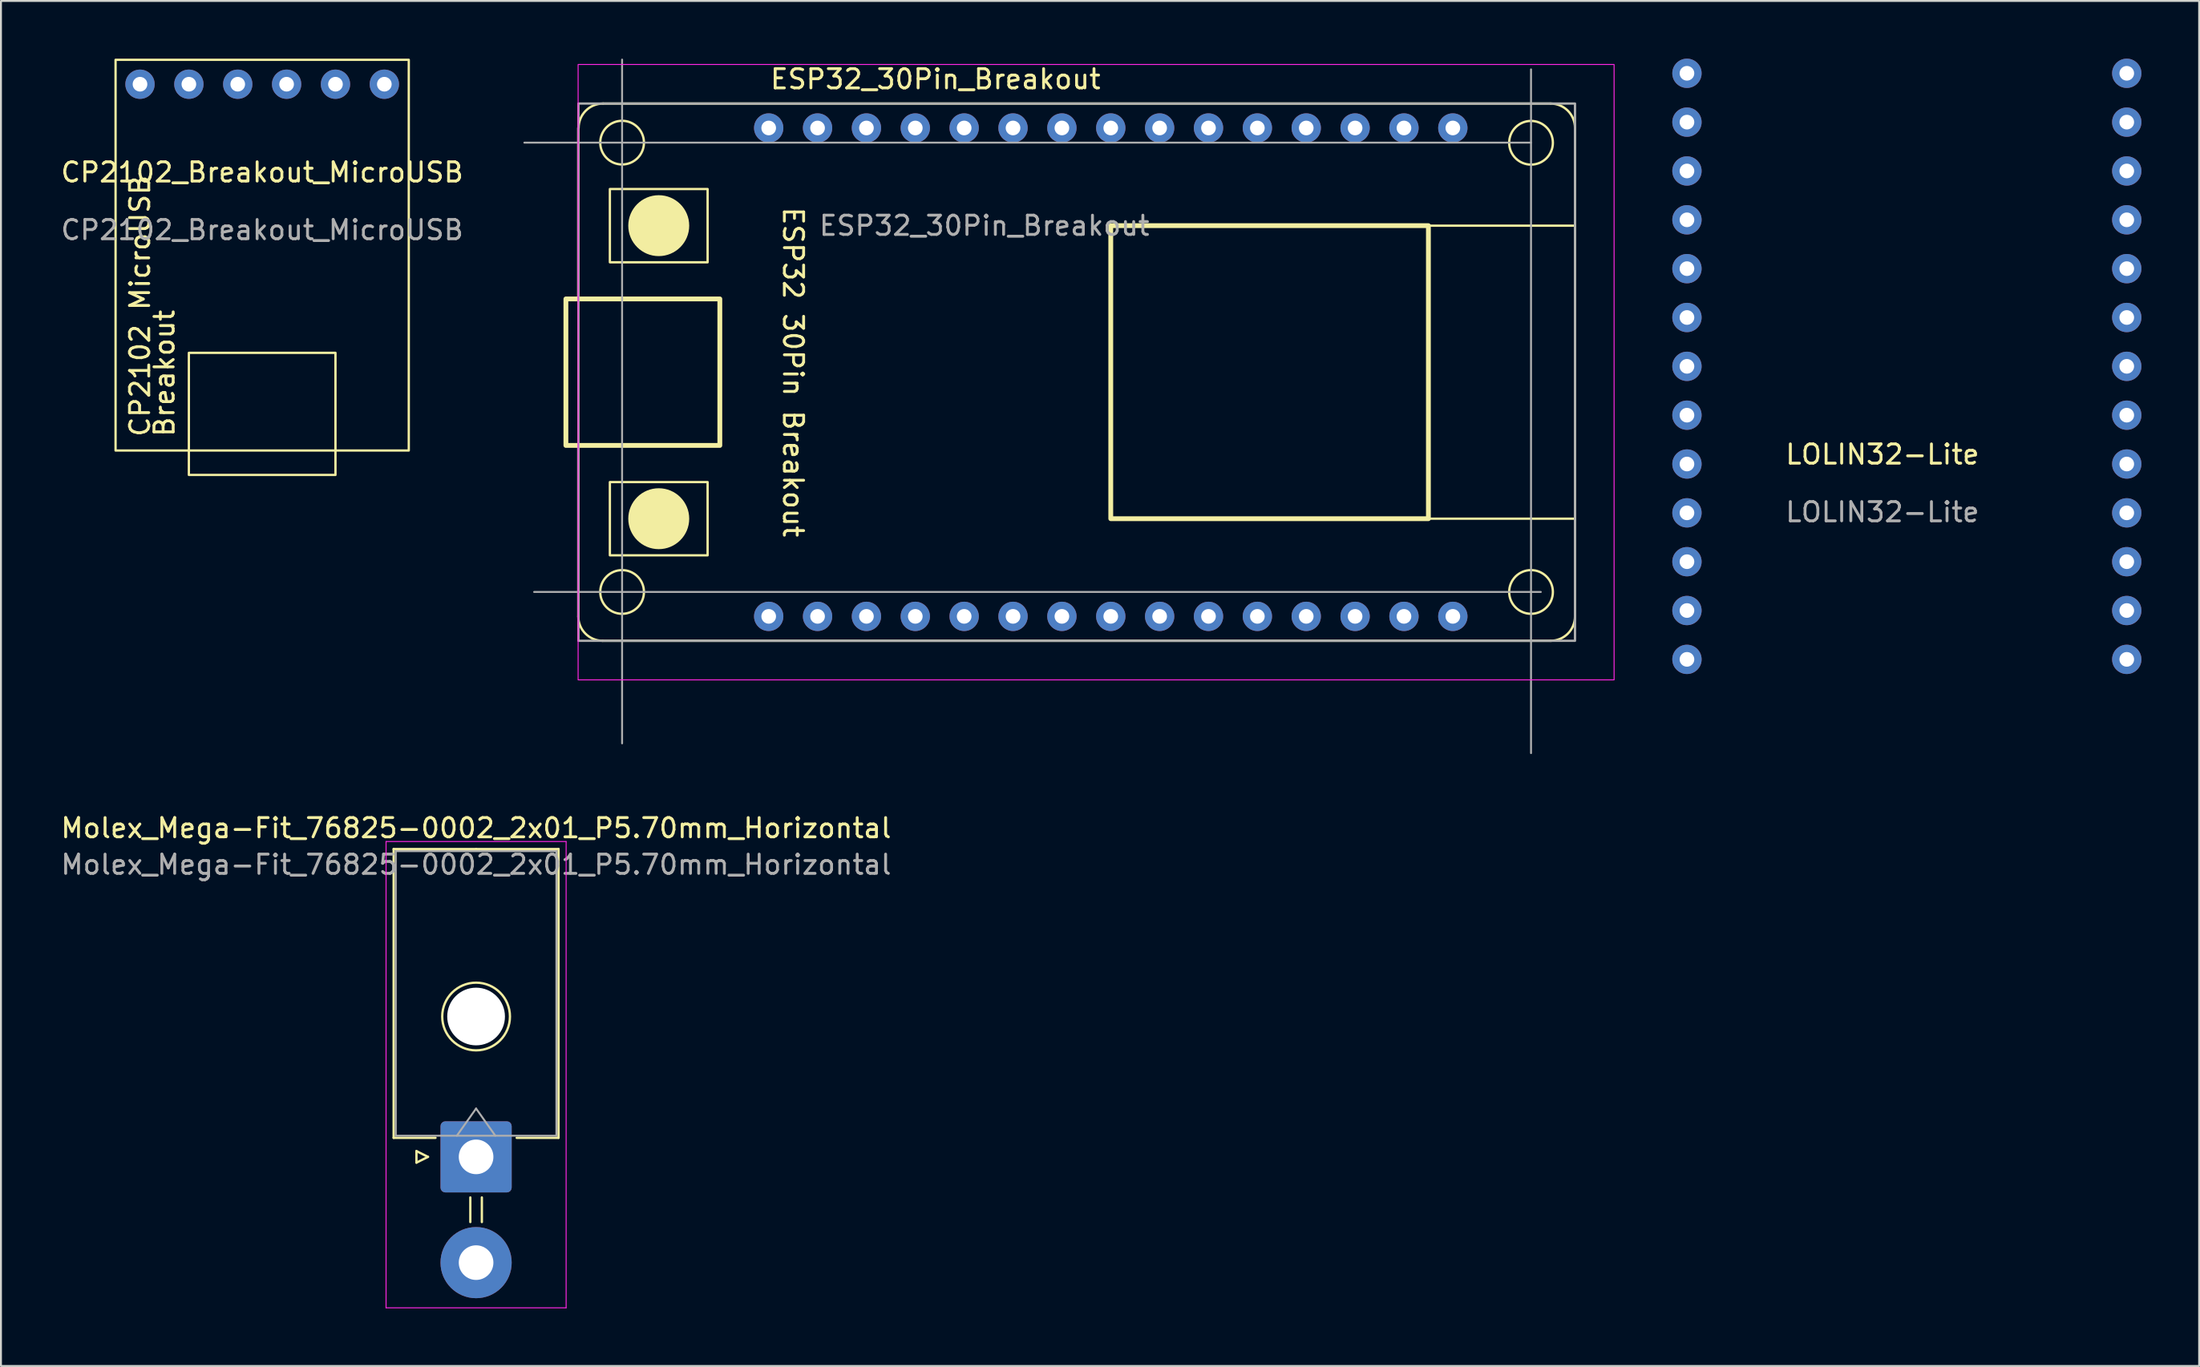
<source format=kicad_pcb>
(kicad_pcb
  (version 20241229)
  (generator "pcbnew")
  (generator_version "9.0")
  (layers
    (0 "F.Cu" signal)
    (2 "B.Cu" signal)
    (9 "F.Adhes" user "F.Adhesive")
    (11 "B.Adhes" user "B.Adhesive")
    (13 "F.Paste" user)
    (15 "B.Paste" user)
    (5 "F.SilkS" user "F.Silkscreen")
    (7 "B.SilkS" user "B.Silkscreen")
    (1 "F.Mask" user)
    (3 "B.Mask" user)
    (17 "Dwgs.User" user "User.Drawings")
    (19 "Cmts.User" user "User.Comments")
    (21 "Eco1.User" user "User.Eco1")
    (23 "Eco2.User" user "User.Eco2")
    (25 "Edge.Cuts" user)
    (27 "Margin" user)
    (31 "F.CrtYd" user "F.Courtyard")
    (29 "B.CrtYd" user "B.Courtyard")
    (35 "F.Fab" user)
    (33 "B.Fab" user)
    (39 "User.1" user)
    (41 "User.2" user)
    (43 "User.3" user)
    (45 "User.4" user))
  (footprint "LOLIN32-Lite"
    (layer "F.Cu")
    (at 94.794 21.082)
    (property "Reference" "LOLIN32-Lite" (at 0 -0.5 0) (unlocked yes) (layer "F.SilkS") (effects (font (size 1 1) (thickness 0.15))))
    (attr through_hole)
    (fp_text user "${REFERENCE}" (at 0 2.5 0) (unlocked yes) (layer "F.Fab") (effects (font (size 1 1) (thickness 0.15))))
    (pad "1" thru_hole circle (at -10.16 -20.32) (size 1.524 1.524) (drill 0.762) (layers "*.Cu" "*.Mask"))
    (pad "2" thru_hole circle (at -10.16 -17.78) (size 1.524 1.524) (drill 0.762) (layers "*.Cu" "*.Mask"))
    (pad "3" thru_hole circle (at -10.16 -15.24) (size 1.524 1.524) (drill 0.762) (layers "*.Cu" "*.Mask"))
    (pad "4" thru_hole circle (at -10.16 -12.7) (size 1.524 1.524) (drill 0.762) (layers "*.Cu" "*.Mask"))
    (pad "5" thru_hole circle (at -10.16 -10.16) (size 1.524 1.524) (drill 0.762) (layers "*.Cu" "*.Mask"))
    (pad "6" thru_hole circle (at -10.16 -7.62) (size 1.524 1.524) (drill 0.762) (layers "*.Cu" "*.Mask"))
    (pad "7" thru_hole circle (at -10.16 -5.08) (size 1.524 1.524) (drill 0.762) (layers "*.Cu" "*.Mask"))
    (pad "8" thru_hole circle (at -10.16 -2.54) (size 1.524 1.524) (drill 0.762) (layers "*.Cu" "*.Mask"))
    (pad "9" thru_hole circle (at -10.16 0) (size 1.524 1.524) (drill 0.762) (layers "*.Cu" "*.Mask"))
    (pad "10" thru_hole circle (at -10.16 2.54) (size 1.524 1.524) (drill 0.762) (layers "*.Cu" "*.Mask"))
    (pad "11" thru_hole circle (at -10.16 5.08) (size 1.524 1.524) (drill 0.762) (layers "*.Cu" "*.Mask"))
    (pad "12" thru_hole circle (at -10.16 7.62) (size 1.524 1.524) (drill 0.762) (layers "*.Cu" "*.Mask"))
    (pad "13" thru_hole circle (at -10.16 10.16) (size 1.524 1.524) (drill 0.762) (layers "*.Cu" "*.Mask"))
    (pad "14" thru_hole circle (at 12.7 10.16) (size 1.524 1.524) (drill 0.762) (layers "*.Cu" "*.Mask"))
    (pad "15" thru_hole circle (at 12.7 7.62) (size 1.524 1.524) (drill 0.762) (layers "*.Cu" "*.Mask"))
    (pad "16" thru_hole circle (at 12.7 5.08) (size 1.524 1.524) (drill 0.762) (layers "*.Cu" "*.Mask"))
    (pad "17" thru_hole circle (at 12.7 2.54) (size 1.524 1.524) (drill 0.762) (layers "*.Cu" "*.Mask"))
    (pad "18" thru_hole circle (at 12.7 0) (size 1.524 1.524) (drill 0.762) (layers "*.Cu" "*.Mask"))
    (pad "19" thru_hole circle (at 12.7 -2.54) (size 1.524 1.524) (drill 0.762) (layers "*.Cu" "*.Mask"))
    (pad "20" thru_hole circle (at 12.7 -5.08) (size 1.524 1.524) (drill 0.762) (layers "*.Cu" "*.Mask"))
    (pad "21" thru_hole circle (at 12.7 -7.62) (size 1.524 1.524) (drill 0.762) (layers "*.Cu" "*.Mask"))
    (pad "22" thru_hole circle (at 12.7 -10.16) (size 1.524 1.524) (drill 0.762) (layers "*.Cu" "*.Mask"))
    (pad "23" thru_hole circle (at 12.7 -12.7) (size 1.524 1.524) (drill 0.762) (layers "*.Cu" "*.Mask"))
    (pad "24" thru_hole circle (at 12.7 -15.24) (size 1.524 1.524) (drill 0.762) (layers "*.Cu" "*.Mask"))
    (pad "25" thru_hole circle (at 12.7 -17.78) (size 1.524 1.524) (drill 0.762) (layers "*.Cu" "*.Mask"))
    (pad "26" thru_hole circle (at 12.7 -20.32) (size 1.524 1.524) (drill 0.762) (layers "*.Cu" "*.Mask")))
  (footprint "CP2102_Breakout_MicroUSB"
    (layer "F.Cu")
    (at 10.577 6.41)
    (property "Reference" "CP2102_Breakout_MicroUSB" (at 0 -0.5 0) (unlocked yes) (layer "F.SilkS") (effects (font (size 1 1) (thickness 0.15))))
    (attr through_hole)
    (fp_rect (start -7.62 -6.35) (end 7.62 13.97) (stroke (width 0.12) (type solid)) (fill no) (layer "F.SilkS"))
    (fp_rect (start -3.81 8.89) (end 3.81 15.24) (stroke (width 0.12) (type solid)) (fill no) (layer "F.SilkS"))
    (fp_text user "Breakout" (at -5.08 13.335 90) (unlocked yes) (layer "F.SilkS") (effects (font (size 1 1) (thickness 0.15)) (justify left)))
    (fp_text user "CP2102 MicroUSB" (at -6.35 13.335 90) (unlocked yes) (layer "F.SilkS") (effects (font (size 1 1) (thickness 0.15)) (justify left)))
    (fp_text user "${REFERENCE}" (at 0 2.5 0) (unlocked yes) (layer "F.Fab") (effects (font (size 1 1) (thickness 0.15))))
    (pad "1" thru_hole circle (at 6.35 -5.08 180) (size 1.524 1.524) (drill 0.762) (layers "*.Cu" "*.Mask"))
    (pad "2" thru_hole circle (at 3.81 -5.08 180) (size 1.524 1.524) (drill 0.762) (layers "*.Cu" "*.Mask"))
    (pad "3" thru_hole circle (at 1.27 -5.08 180) (size 1.524 1.524) (drill 0.762) (layers "*.Cu" "*.Mask"))
    (pad "4" thru_hole circle (at -1.27 -5.08 180) (size 1.524 1.524) (drill 0.762) (layers "*.Cu" "*.Mask"))
    (pad "5" thru_hole circle (at -3.81 -5.08 180) (size 1.524 1.524) (drill 0.762) (layers "*.Cu" "*.Mask"))
    (pad "6" thru_hole circle (at -6.35 -5.08 180) (size 1.524 1.524) (drill 0.762) (layers "*.Cu" "*.Mask")))
  (footprint "Molex_Mega-Fit_76825-0002_2x01_P5.70mm_Horizontal"
    (layer "F.Cu")
    (at 21.696 57.116)
    (property "Reference" "Molex_Mega-Fit_76825-0002_2x01_P5.70mm_Horizontal" (at 0 -17.1 0) (layer "F.SilkS") (effects (font (size 1 1) (thickness 0.15))))
    (attr through_hole)
    (fp_line (start -4.285 -16.01) (end -4.285 -0.99) (stroke (width 0.12) (type solid)) (layer "F.SilkS"))
    (fp_line (start -4.285 -0.99) (end -2.11 -0.99) (stroke (width 0.12) (type solid)) (layer "F.SilkS"))
    (fp_line (start -3.1 -0.3) (end -2.5 0) (stroke (width 0.12) (type solid)) (layer "F.SilkS"))
    (fp_line (start -3.1 0.3) (end -3.1 -0.3) (stroke (width 0.12) (type solid)) (layer "F.SilkS"))
    (fp_line (start -2.5 0) (end -3.1 0.3) (stroke (width 0.12) (type solid)) (layer "F.SilkS"))
    (fp_line (start -0.3 2.11) (end -0.3 3.39) (stroke (width 0.12) (type solid)) (layer "F.SilkS"))
    (fp_line (start 0 -16.01) (end -4.285 -16.01) (stroke (width 0.12) (type solid)) (layer "F.SilkS"))
    (fp_line (start 0 -16.01) (end 4.285 -16.01) (stroke (width 0.12) (type solid)) (layer "F.SilkS"))
    (fp_line (start 0.3 2.11) (end 0.3 3.39) (stroke (width 0.12) (type solid)) (layer "F.SilkS"))
    (fp_line (start 4.285 -16.01) (end 4.285 -0.99) (stroke (width 0.12) (type solid)) (layer "F.SilkS"))
    (fp_line (start 4.285 -0.99) (end 2.11 -0.99) (stroke (width 0.12) (type solid)) (layer "F.SilkS"))
    (fp_circle (center 0 -7.3) (end 1.76 -7.3) (stroke (width 0.12) (type solid)) (fill no) (layer "F.SilkS"))
    (fp_line (start -4.68 -16.4) (end -4.68 7.85) (stroke (width 0.05) (type solid)) (layer "F.CrtYd"))
    (fp_line (start -4.68 7.85) (end 4.68 7.85) (stroke (width 0.05) (type solid)) (layer "F.CrtYd"))
    (fp_line (start 4.68 -16.4) (end -4.68 -16.4) (stroke (width 0.05) (type solid)) (layer "F.CrtYd"))
    (fp_line (start 4.68 7.85) (end 4.68 -16.4) (stroke (width 0.05) (type solid)) (layer "F.CrtYd"))
    (fp_line (start -4.175 -15.9) (end -4.175 -1.1) (stroke (width 0.1) (type solid)) (layer "F.Fab"))
    (fp_line (start -4.175 -1.1) (end 4.175 -1.1) (stroke (width 0.1) (type solid)) (layer "F.Fab"))
    (fp_line (start -1 -1.1) (end 0 -2.514) (stroke (width 0.1) (type solid)) (layer "F.Fab"))
    (fp_line (start 0 -2.514) (end 1 -1.1) (stroke (width 0.1) (type solid)) (layer "F.Fab"))
    (fp_line (start 4.175 -15.9) (end -4.175 -15.9) (stroke (width 0.1) (type solid)) (layer "F.Fab"))
    (fp_line (start 4.175 -1.1) (end 4.175 -15.9) (stroke (width 0.1) (type solid)) (layer "F.Fab"))
    (fp_text user "${REFERENCE}" (at 0 -15.2 0) (layer "F.Fab") (effects (font (size 1 1) (thickness 0.15))))
    (pad "" np_thru_hole circle (at 0 -7.3) (size 3 3) (drill 3) (layers "*.Cu" "*.Mask"))
    (pad "1" thru_hole roundrect (at 0 0) (size 3.7 3.7) (drill 1.8) (layers "*.Cu" "*.Mask") (roundrect_rratio 0.068))
    (pad "2" thru_hole circle (at 0 5.5) (size 3.7 3.7) (drill 1.8) (layers "*.Cu" "*.Mask")))
  (footprint "ESP32_30Pin_Breakout"
    (layer "F.Cu")
    (at 36.905 3.606)
    (property "Reference" "ESP32_30Pin_Breakout" (at 0 -2.54 0) (unlocked yes) (layer "F.SilkS") (effects (font (size 1 1) (thickness 0.15)) (justify left)))
    (attr through_hole)
    (fp_line (start -9.9 0) (end -9.9 8.9) (stroke (width 0.12) (type solid)) (layer "F.SilkS"))
    (fp_line (start -9.897 25.4) (end -9.897 16.5) (stroke (width 0.12) (type solid)) (layer "F.SilkS"))
    (fp_line (start -8.611 -1.27) (end 40.64 -1.27) (stroke (width 0.12) (type solid)) (layer "F.SilkS"))
    (fp_line (start 40.64 26.67) (end -8.627 26.67) (stroke (width 0.12) (type solid)) (layer "F.SilkS"))
    (fp_line (start 41.91 0) (end 41.91 25.4) (stroke (width 0.12) (type solid)) (layer "F.SilkS"))
    (fp_rect (start -10.541 8.89) (end -2.54 16.51) (stroke (width 0.25) (type solid)) (fill no) (layer "F.SilkS"))
    (fp_rect (start -8.255 3.175) (end -3.175 6.985) (stroke (width 0.12) (type solid)) (fill no) (layer "F.SilkS"))
    (fp_rect (start -3.175 22.225) (end -8.255 18.415) (stroke (width 0.12) (type solid)) (fill no) (layer "F.SilkS"))
    (fp_rect (start 17.78 5.08) (end 34.29 20.32) (stroke (width 0.25) (type solid)) (fill no) (layer "F.SilkS"))
    (fp_rect (start 17.78 5.08) (end 41.91 20.32) (stroke (width 0.12) (type solid)) (fill no) (layer "F.SilkS"))
    (fp_arc (start -9.8806 0) (mid -9.508626 -0.898026) (end -8.6106 -1.27) (stroke (width 0.12) (type solid)) (layer "F.SilkS"))
    (fp_arc (start -8.626974 26.67) (mid -9.525 26.298026) (end -9.896974 25.4) (stroke (width 0.12) (type solid)) (layer "F.SilkS"))
    (fp_arc (start 40.64 -1.27) (mid 41.538026 -0.898026) (end 41.91 0) (stroke (width 0.12) (type solid)) (layer "F.SilkS"))
    (fp_arc (start 41.91 25.4) (mid 41.538026 26.298026) (end 40.64 26.67) (stroke (width 0.12) (type solid)) (layer "F.SilkS"))
    (fp_circle (center -7.62 0.762) (end -6.604 1.27) (stroke (width 0.12) (type solid)) (fill no) (layer "F.SilkS"))
    (fp_circle (center -7.62 24.13) (end -6.604 24.638) (stroke (width 0.12) (type solid)) (fill no) (layer "F.SilkS"))
    (fp_circle (center -5.715 5.08) (end -4.191 5.08) (stroke (width 0.12) (type solid)) (fill yes) (layer "F.SilkS"))
    (fp_circle (center -5.715 20.32) (end -7.239 20.32) (stroke (width 0.12) (type solid)) (fill yes) (layer "F.SilkS"))
    (fp_circle (center 39.624 0.769) (end 40.64 1.277) (stroke (width 0.12) (type solid)) (fill no) (layer "F.SilkS"))
    (fp_circle (center 39.624 24.13) (end 40.64 24.638) (stroke (width 0.12) (type solid)) (fill no) (layer "F.SilkS"))
    (fp_rect (start -9.906 -3.302) (end 43.942 28.702) (stroke (width 0.05) (type solid)) (fill no) (layer "F.CrtYd"))
    (fp_line (start -7.62 -3.556) (end -7.62 32.004) (stroke (width 0.1) (type solid)) (layer "F.Fab"))
    (fp_line (start 39.624 -3.048) (end 39.624 32.512) (stroke (width 0.1) (type solid)) (layer "F.Fab"))
    (fp_line (start 39.624 0.762) (end -12.7 0.762) (stroke (width 0.1) (type solid)) (layer "F.Fab"))
    (fp_line (start 40.132 24.13) (end -12.192 24.13) (stroke (width 0.1) (type solid)) (layer "F.Fab"))
    (fp_rect (start -9.89 -1.27) (end 41.91 26.67) (stroke (width 0.12) (type solid)) (fill no) (layer "F.Fab"))
    (fp_text user "ESP32 30Pin Breakout" (at 1.27 12.7 270) (unlocked yes) (layer "F.SilkS") (effects (font (size 1 1) (thickness 0.15))))
    (fp_text user "${REFERENCE}" (at 2.54 5.08 0) (unlocked yes) (layer "F.Fab") (effects (font (size 1 1) (thickness 0.15)) (justify left)))
    (pad "1" thru_hole circle (at 0 0) (size 1.524 1.524) (drill 0.762) (layers "*.Cu" "*.Mask"))
    (pad "2" thru_hole circle (at 2.54 0) (size 1.524 1.524) (drill 0.762) (layers "*.Cu" "*.Mask"))
    (pad "3" thru_hole circle (at 5.08 0) (size 1.524 1.524) (drill 0.762) (layers "*.Cu" "*.Mask"))
    (pad "4" thru_hole circle (at 7.62 0) (size 1.524 1.524) (drill 0.762) (layers "*.Cu" "*.Mask"))
    (pad "5" thru_hole circle (at 10.16 0) (size 1.524 1.524) (drill 0.762) (layers "*.Cu" "*.Mask"))
    (pad "6" thru_hole circle (at 12.7 0) (size 1.524 1.524) (drill 0.762) (layers "*.Cu" "*.Mask"))
    (pad "7" thru_hole circle (at 15.24 0) (size 1.524 1.524) (drill 0.762) (layers "*.Cu" "*.Mask"))
    (pad "8" thru_hole circle (at 17.78 0) (size 1.524 1.524) (drill 0.762) (layers "*.Cu" "*.Mask"))
    (pad "9" thru_hole circle (at 20.32 0) (size 1.524 1.524) (drill 0.762) (layers "*.Cu" "*.Mask"))
    (pad "10" thru_hole circle (at 22.86 0) (size 1.524 1.524) (drill 0.762) (layers "*.Cu" "*.Mask"))
    (pad "11" thru_hole circle (at 25.4 0) (size 1.524 1.524) (drill 0.762) (layers "*.Cu" "*.Mask"))
    (pad "12" thru_hole circle (at 27.94 0) (size 1.524 1.524) (drill 0.762) (layers "*.Cu" "*.Mask"))
    (pad "13" thru_hole circle (at 30.48 0) (size 1.524 1.524) (drill 0.762) (layers "*.Cu" "*.Mask"))
    (pad "14" thru_hole circle (at 33.02 0) (size 1.524 1.524) (drill 0.762) (layers "*.Cu" "*.Mask"))
    (pad "15" thru_hole circle (at 35.56 0) (size 1.524 1.524) (drill 0.762) (layers "*.Cu" "*.Mask"))
    (pad "16" thru_hole circle (at 0 25.4) (size 1.524 1.524) (drill 0.762) (layers "*.Cu" "*.Mask"))
    (pad "17" thru_hole circle (at 2.54 25.4) (size 1.524 1.524) (drill 0.762) (layers "*.Cu" "*.Mask"))
    (pad "18" thru_hole circle (at 5.08 25.4) (size 1.524 1.524) (drill 0.762) (layers "*.Cu" "*.Mask"))
    (pad "19" thru_hole circle (at 7.62 25.4) (size 1.524 1.524) (drill 0.762) (layers "*.Cu" "*.Mask"))
    (pad "20" thru_hole circle (at 10.16 25.4) (size 1.524 1.524) (drill 0.762) (layers "*.Cu" "*.Mask"))
    (pad "21" thru_hole circle (at 12.7 25.4) (size 1.524 1.524) (drill 0.762) (layers "*.Cu" "*.Mask"))
    (pad "22" thru_hole circle (at 15.24 25.4) (size 1.524 1.524) (drill 0.762) (layers "*.Cu" "*.Mask"))
    (pad "23" thru_hole circle (at 17.78 25.4) (size 1.524 1.524) (drill 0.762) (layers "*.Cu" "*.Mask"))
    (pad "24" thru_hole circle (at 20.32 25.4) (size 1.524 1.524) (drill 0.762) (layers "*.Cu" "*.Mask"))
    (pad "25" thru_hole circle (at 22.86 25.4) (size 1.524 1.524) (drill 0.762) (layers "*.Cu" "*.Mask"))
    (pad "26" thru_hole circle (at 25.4 25.4) (size 1.524 1.524) (drill 0.762) (layers "*.Cu" "*.Mask"))
    (pad "27" thru_hole circle (at 27.94 25.4) (size 1.524 1.524) (drill 0.762) (layers "*.Cu" "*.Mask"))
    (pad "28" thru_hole circle (at 30.48 25.4) (size 1.524 1.524) (drill 0.762) (layers "*.Cu" "*.Mask"))
    (pad "29" thru_hole circle (at 33.02 25.4) (size 1.524 1.524) (drill 0.762) (layers "*.Cu" "*.Mask"))
    (pad "30" thru_hole circle (at 35.56 25.4) (size 1.524 1.524) (drill 0.762) (layers "*.Cu" "*.Mask")))
  (gr_rect
    (start -3 -3)
    (end 111.256 67.991)
    (stroke (width 0.1) (type default))
    (fill no)
    (layer "Edge.Cuts")))
</source>
